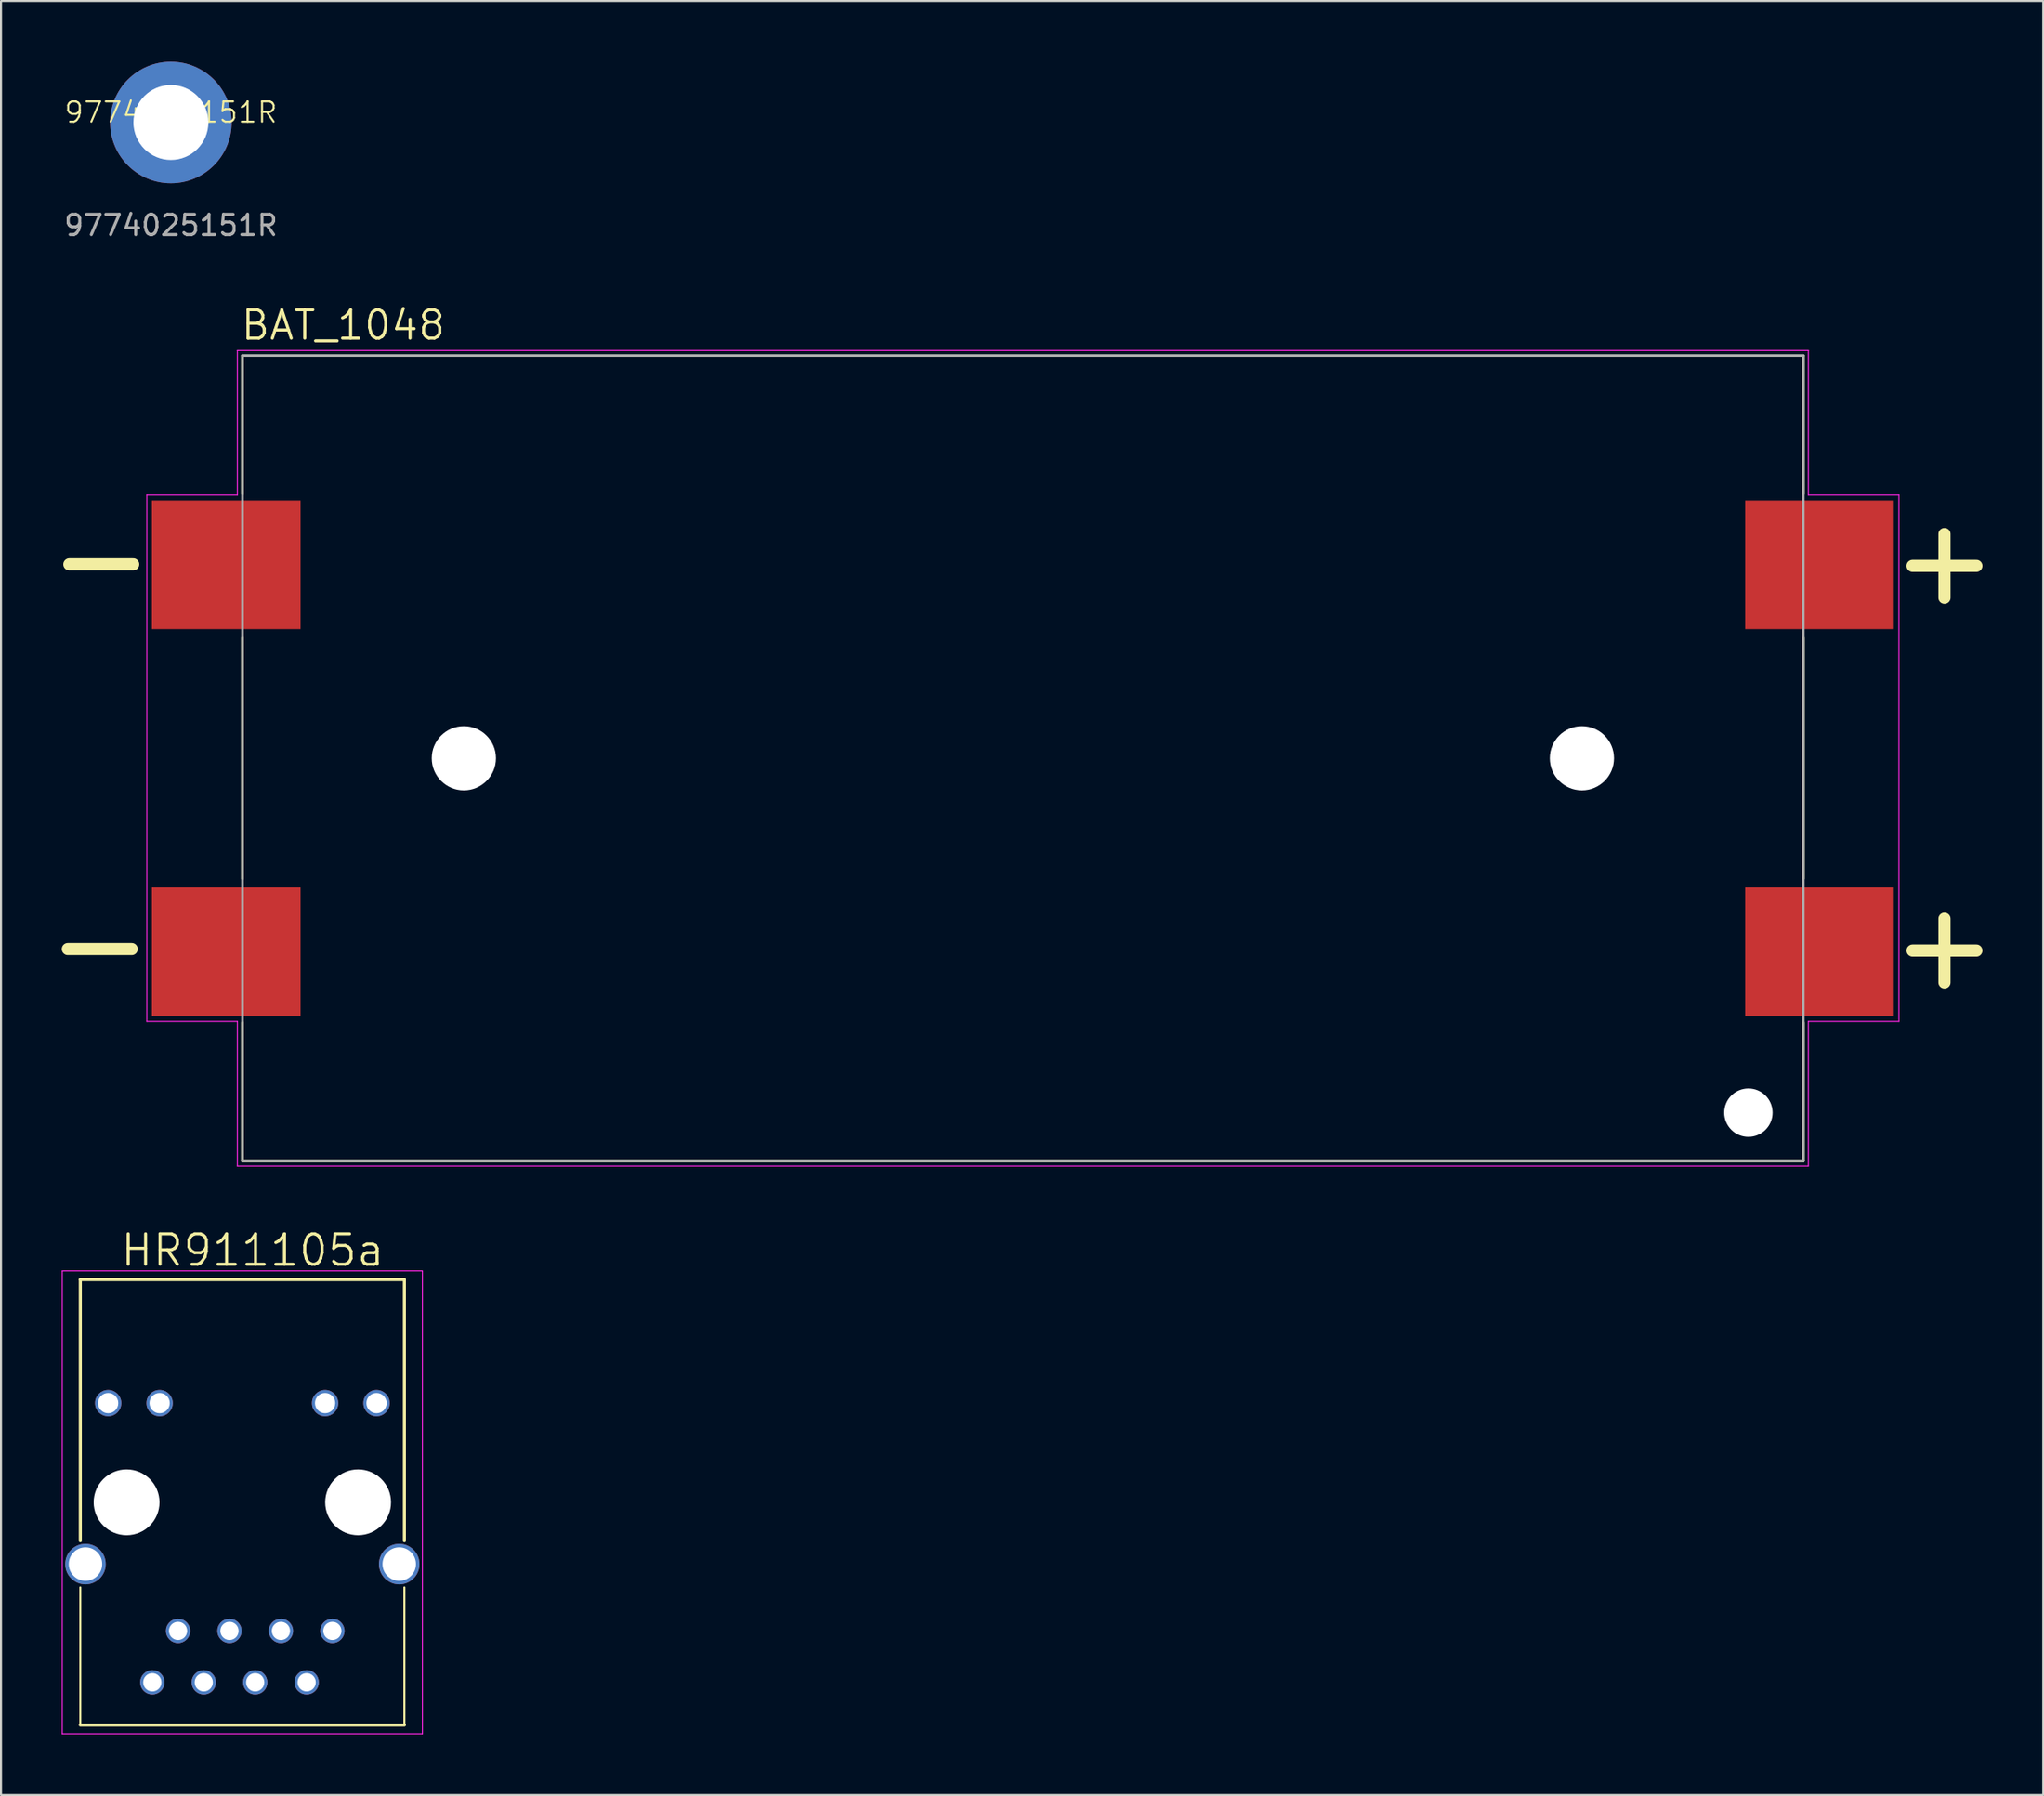
<source format=kicad_pcb>
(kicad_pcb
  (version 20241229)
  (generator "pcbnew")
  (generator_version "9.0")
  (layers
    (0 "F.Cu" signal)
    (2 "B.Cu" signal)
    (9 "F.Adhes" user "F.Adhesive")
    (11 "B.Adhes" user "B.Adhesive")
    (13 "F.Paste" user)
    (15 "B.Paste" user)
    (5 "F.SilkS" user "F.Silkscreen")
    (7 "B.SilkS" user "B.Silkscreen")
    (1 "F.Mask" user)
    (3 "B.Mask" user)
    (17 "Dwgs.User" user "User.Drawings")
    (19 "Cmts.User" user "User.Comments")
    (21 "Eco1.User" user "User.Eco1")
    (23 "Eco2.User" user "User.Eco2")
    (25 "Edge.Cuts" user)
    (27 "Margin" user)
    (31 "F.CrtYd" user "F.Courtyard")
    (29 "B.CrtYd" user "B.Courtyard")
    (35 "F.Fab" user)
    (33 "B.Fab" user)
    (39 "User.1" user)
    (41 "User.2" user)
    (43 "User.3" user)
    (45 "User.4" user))
  (footprint "HR911105a"
    (layer "F.Cu")
    (at 8.915 71.151)
    (property "Reference" "HR911105a" (at 0.508 -12.446 0) (layer "F.SilkS") (effects (font (size 1.5 1.5) (thickness 0.15))))
    (attr through_hole)
    (fp_line (start -8 -11) (end -8 1.9) (stroke (width 0.15) (type solid)) (layer "F.SilkS"))
    (fp_line (start -8 11) (end -8 4.2) (stroke (width 0.1) (type default)) (layer "F.SilkS"))
    (fp_line (start -8 11) (end 8 11) (stroke (width 0.15) (type solid)) (layer "F.SilkS"))
    (fp_line (start 8 -11) (end -8 -11) (stroke (width 0.15) (type solid)) (layer "F.SilkS"))
    (fp_line (start 8 -11) (end 8 1.9) (stroke (width 0.15) (type solid)) (layer "F.SilkS"))
    (fp_line (start 8 11) (end 8 4.2) (stroke (width 0.1) (type default)) (layer "F.SilkS"))
    (fp_line (start -8.89 -11.43) (end -8.89 11.43) (stroke (width 0.05) (type default)) (layer "F.CrtYd"))
    (fp_line (start -8.89 11.43) (end 8.89 11.43) (stroke (width 0.05) (type default)) (layer "F.CrtYd"))
    (fp_line (start 8.89 -11.43) (end -8.89 -11.43) (stroke (width 0.05) (type default)) (layer "F.CrtYd"))
    (fp_line (start 8.89 11.43) (end 8.89 -11.43) (stroke (width 0.05) (type default)) (layer "F.CrtYd"))
    (pad "" np_thru_hole circle (at -5.715 0) (size 3.25 3.25) (drill 3.25) (layers "*.Cu" "*.Mask"))
    (pad "" np_thru_hole circle (at 5.715 0) (size 3.25 3.25) (drill 3.25) (layers "*.Cu" "*.Mask"))
    (pad "1" thru_hole circle (at 4.445 6.35) (size 1.2 1.2) (drill 0.9) (layers "*.Cu" "*.Mask"))
    (pad "2" thru_hole circle (at 3.175 8.89) (size 1.2 1.2) (drill 0.9) (layers "*.Cu" "*.Mask"))
    (pad "3" thru_hole circle (at 1.905 6.35) (size 1.2 1.2) (drill 0.9) (layers "*.Cu" "*.Mask"))
    (pad "4" thru_hole circle (at 0.635 8.89) (size 1.2 1.2) (drill 0.9) (layers "*.Cu" "*.Mask"))
    (pad "5" thru_hole circle (at -0.635 6.35) (size 1.2 1.2) (drill 0.9) (layers "*.Cu" "*.Mask"))
    (pad "6" thru_hole circle (at -1.905 8.89) (size 1.2 1.2) (drill 0.9) (layers "*.Cu" "*.Mask"))
    (pad "7" thru_hole circle (at -3.175 6.35) (size 1.2 1.2) (drill 0.9) (layers "*.Cu" "*.Mask"))
    (pad "8" thru_hole circle (at -4.445 8.89) (size 1.2 1.2) (drill 0.9) (layers "*.Cu" "*.Mask"))
    (pad "9" thru_hole circle (at 6.625 -4.9) (size 1.3 1.3) (drill 1) (layers "*.Cu" "*.Mask"))
    (pad "10" thru_hole circle (at 4.085 -4.9) (size 1.3 1.3) (drill 1) (layers "*.Cu" "*.Mask"))
    (pad "11" thru_hole circle (at -4.085 -4.9) (size 1.3 1.3) (drill 1) (layers "*.Cu" "*.Mask"))
    (pad "12" thru_hole circle (at -6.625 -4.9) (size 1.3 1.3) (drill 1) (layers "*.Cu" "*.Mask"))
    (pad "13" thru_hole circle (at 7.745 3.05) (size 2 2) (drill 1.65) (layers "*.Cu" "*.Mask"))
    (pad "14" thru_hole circle (at -7.745 3.05) (size 2 2) (drill 1.65) (layers "*.Cu" "*.Mask")))
  (footprint "BAT_1048"
    (layer "F.Cu")
    (at 47.45 34.4)
    (property "Reference" "BAT_1048" (at -33.555 -21.389 0) (layer "F.SilkS") (effects (font (size 1.4 1.4) (thickness 0.15))))
    (attr through_hole)
    (fp_line (start -47.15 9.425) (end -44 9.425) (stroke (width 0.6) (type solid)) (layer "F.SilkS"))
    (fp_line (start -47.075 -9.575) (end -43.925 -9.575) (stroke (width 0.6) (type solid)) (layer "F.SilkS"))
    (fp_line (start -38.53 -19.89) (end 38.53 -19.89) (stroke (width 0.127) (type solid)) (layer "F.SilkS"))
    (fp_line (start -38.53 -13.05) (end -38.53 -19.89) (stroke (width 0.127) (type solid)) (layer "F.SilkS"))
    (fp_line (start -38.53 -5.95) (end -38.53 5.95) (stroke (width 0.127) (type solid)) (layer "F.SilkS"))
    (fp_line (start -38.53 13.05) (end -38.53 19.89) (stroke (width 0.127) (type solid)) (layer "F.SilkS"))
    (fp_line (start -38.53 19.89) (end 38.53 19.89) (stroke (width 0.127) (type solid)) (layer "F.SilkS"))
    (fp_line (start 38.53 -19.89) (end 38.53 -13.05) (stroke (width 0.127) (type solid)) (layer "F.SilkS"))
    (fp_line (start 38.53 -5.95) (end 38.53 5.95) (stroke (width 0.127) (type solid)) (layer "F.SilkS"))
    (fp_line (start 38.53 19.89) (end 38.53 13.05) (stroke (width 0.127) (type solid)) (layer "F.SilkS"))
    (fp_line (start 43.925 -9.5) (end 47.075 -9.5) (stroke (width 0.6) (type solid)) (layer "F.SilkS"))
    (fp_line (start 43.925 9.5) (end 47.075 9.5) (stroke (width 0.6) (type solid)) (layer "F.SilkS"))
    (fp_line (start 45.5 -7.925) (end 45.5 -11.075) (stroke (width 0.6) (type solid)) (layer "F.SilkS"))
    (fp_line (start 45.5 11.075) (end 45.5 7.925) (stroke (width 0.6) (type solid)) (layer "F.SilkS"))
    (fp_line (start -43.25 -13) (end -38.78 -13) (stroke (width 0.05) (type solid)) (layer "F.CrtYd"))
    (fp_line (start -43.25 13) (end -43.25 -13) (stroke (width 0.05) (type solid)) (layer "F.CrtYd"))
    (fp_line (start -38.78 -20.14) (end 38.78 -20.14) (stroke (width 0.05) (type solid)) (layer "F.CrtYd"))
    (fp_line (start -38.78 -13) (end -38.78 -20.14) (stroke (width 0.05) (type solid)) (layer "F.CrtYd"))
    (fp_line (start -38.78 13) (end -43.25 13) (stroke (width 0.05) (type solid)) (layer "F.CrtYd"))
    (fp_line (start -38.78 20.14) (end -38.78 13) (stroke (width 0.05) (type solid)) (layer "F.CrtYd"))
    (fp_line (start 38.78 -20.14) (end 38.78 -13) (stroke (width 0.05) (type solid)) (layer "F.CrtYd"))
    (fp_line (start 38.78 -13) (end 43.25 -13) (stroke (width 0.05) (type solid)) (layer "F.CrtYd"))
    (fp_line (start 38.78 13) (end 38.78 20.14) (stroke (width 0.05) (type solid)) (layer "F.CrtYd"))
    (fp_line (start 38.78 20.14) (end -38.78 20.14) (stroke (width 0.05) (type solid)) (layer "F.CrtYd"))
    (fp_line (start 43.25 -13) (end 43.25 13) (stroke (width 0.05) (type solid)) (layer "F.CrtYd"))
    (fp_line (start 43.25 13) (end 38.78 13) (stroke (width 0.05) (type solid)) (layer "F.CrtYd"))
    (fp_line (start -38.53 -19.89) (end 38.53 -19.89) (stroke (width 0.127) (type solid)) (layer "F.Fab"))
    (fp_line (start -38.53 19.89) (end -38.53 -19.89) (stroke (width 0.127) (type solid)) (layer "F.Fab"))
    (fp_line (start 38.53 -19.89) (end 38.53 19.89) (stroke (width 0.127) (type solid)) (layer "F.Fab"))
    (fp_line (start 38.53 19.89) (end -38.53 19.89) (stroke (width 0.127) (type solid)) (layer "F.Fab"))
    (pad "" np_thru_hole circle (at -27.6 0) (size 3.17 3.17) (drill 3.17) (layers "*.Cu" "*.Mask"))
    (pad "" np_thru_hole circle (at 27.6 0) (size 3.17 3.17) (drill 3.17) (layers "*.Cu" "*.Mask"))
    (pad "" np_thru_hole circle (at 35.82 17.505) (size 2.39 2.39) (drill 2.39) (layers "*.Cu" "*.Mask"))
    (pad "1" smd rect (at 39.33 -9.555) (size 7.34 6.35) (layers "F.Cu" "F.Mask" "F.Paste"))
    (pad "2" smd rect (at -39.33 -9.555) (size 7.34 6.35) (layers "F.Cu" "F.Mask" "F.Paste"))
    (pad "3" smd rect (at 39.33 9.555) (size 7.34 6.35) (layers "F.Cu" "F.Mask" "F.Paste"))
    (pad "4" smd rect (at -39.33 9.555) (size 7.34 6.35) (layers "F.Cu" "F.Mask" "F.Paste")))
  (footprint "9774025151R"
    (layer "F.Cu")
    (at 5.387 3)
    (property "Reference" "9774025151R" (at 0 -0.5 0) (unlocked yes) (layer "F.SilkS") (effects (font (size 1 1) (thickness 0.1))))
    (attr smd)
    (fp_arc (start -2.278082 -0.778082) (mid -1.7 -1.7) (end -0.778082 -2.278082) (stroke (width 1) (type default)) (layer "F.Paste"))
    (fp_arc (start -0.778082 2.278082) (mid -1.7 1.7) (end -2.278082 0.778082) (stroke (width 1) (type default)) (layer "F.Paste"))
    (fp_arc (start 0.778082 -2.3) (mid 1.7 -1.721918) (end 2.278082 -0.8) (stroke (width 1) (type default)) (layer "F.Paste"))
    (fp_arc (start 2.3 0.8) (mid 1.721918 1.721918) (end 0.8 2.3) (stroke (width 1) (type default)) (layer "F.Paste"))
    (fp_text user "${REFERENCE}" (at 0 5.08 0) (unlocked yes) (layer "F.Fab") (effects (font (size 1 1) (thickness 0.15))))
    (pad "1" thru_hole circle (at 0 0) (size 6 6) (drill 3.7) (layers "*.Cu" "*.Mask")))
  (gr_rect
    (start -3 -3)
    (end 97.825 85.606)
    (stroke (width 0.1) (type default))
    (fill no)
    (layer "Edge.Cuts")))
</source>
